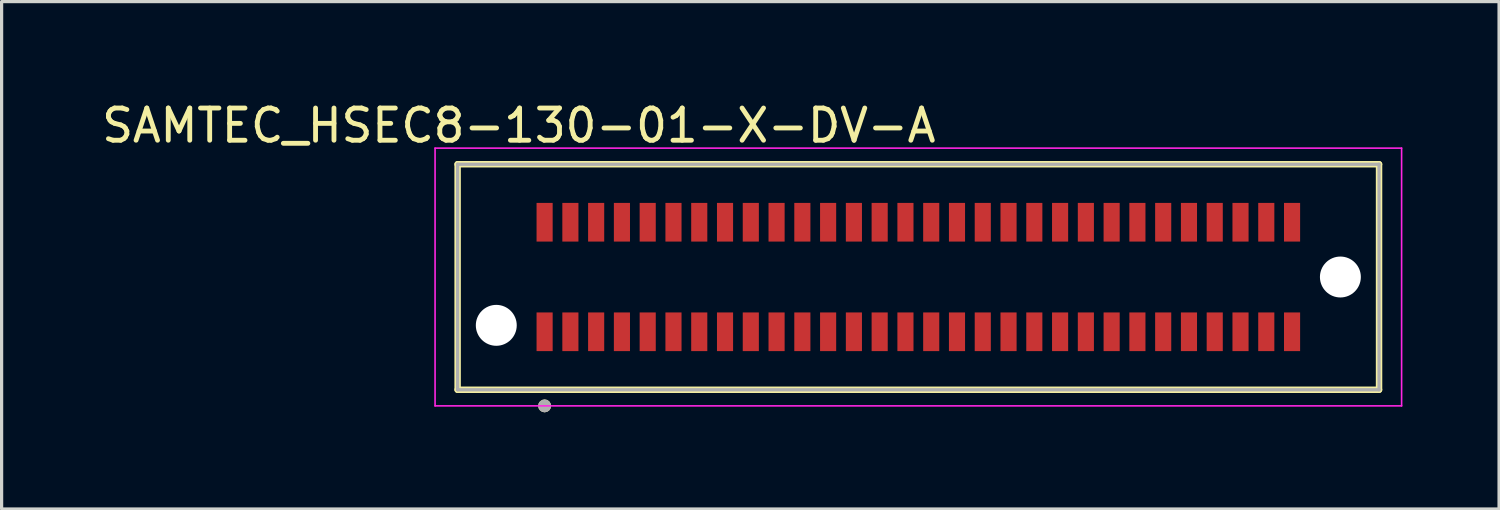
<source format=kicad_pcb>
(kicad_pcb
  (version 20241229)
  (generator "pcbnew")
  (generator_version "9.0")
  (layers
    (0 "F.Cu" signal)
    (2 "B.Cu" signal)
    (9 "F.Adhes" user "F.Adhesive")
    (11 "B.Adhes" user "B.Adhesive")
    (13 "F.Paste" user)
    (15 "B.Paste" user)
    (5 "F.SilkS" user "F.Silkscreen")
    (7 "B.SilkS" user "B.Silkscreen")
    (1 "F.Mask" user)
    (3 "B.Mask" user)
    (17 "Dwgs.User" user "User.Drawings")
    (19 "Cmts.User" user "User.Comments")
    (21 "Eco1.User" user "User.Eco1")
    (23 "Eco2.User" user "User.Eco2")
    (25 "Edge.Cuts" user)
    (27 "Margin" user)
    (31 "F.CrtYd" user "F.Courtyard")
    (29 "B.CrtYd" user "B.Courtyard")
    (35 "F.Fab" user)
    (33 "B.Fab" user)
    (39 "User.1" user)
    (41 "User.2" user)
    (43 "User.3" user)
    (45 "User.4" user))
  (footprint "SAMTEC_HSEC8-130-01-X-DV-A"
    (layer "F.Cu")
    (at 25.454 5.548)
    (property "Reference" "SAMTEC_HSEC8-130-01-X-DV-A" (at -12.4 -4.7 0) (layer "F.SilkS") (effects (font (size 1 1) (thickness 0.15))))
    (attr through_hole)
    (fp_circle (center -13.1 1.499) (end -12.414 1.499) (stroke (width 0) (type solid)) (fill yes) (layer "F.Mask"))
    (fp_circle (center 13.1 0) (end 13.786 0) (stroke (width 0) (type solid)) (fill yes) (layer "F.Mask"))
    (fp_poly (pts (xy -11.902 -2.353) (xy -11.3 -2.353) (xy -11.3 -1.051) (xy -11.902 -1.051)) (stroke (width 0.01) (type solid)) (fill yes) (layer "F.Mask"))
    (fp_poly (pts (xy -11.902 1.051) (xy -11.3 1.051) (xy -11.3 2.353) (xy -11.902 2.353)) (stroke (width 0.01) (type solid)) (fill yes) (layer "F.Mask"))
    (fp_poly (pts (xy -11.102 -2.353) (xy -10.5 -2.353) (xy -10.5 -1.051) (xy -11.102 -1.051)) (stroke (width 0.01) (type solid)) (fill yes) (layer "F.Mask"))
    (fp_poly (pts (xy -11.102 1.051) (xy -10.5 1.051) (xy -10.5 2.353) (xy -11.102 2.353)) (stroke (width 0.01) (type solid)) (fill yes) (layer "F.Mask"))
    (fp_poly (pts (xy -10.302 -2.353) (xy -9.7 -2.353) (xy -9.7 -1.051) (xy -10.302 -1.051)) (stroke (width 0.01) (type solid)) (fill yes) (layer "F.Mask"))
    (fp_poly (pts (xy -10.302 1.051) (xy -9.7 1.051) (xy -9.7 2.353) (xy -10.302 2.353)) (stroke (width 0.01) (type solid)) (fill yes) (layer "F.Mask"))
    (fp_poly (pts (xy -9.502 -2.353) (xy -8.9 -2.353) (xy -8.9 -1.051) (xy -9.502 -1.051)) (stroke (width 0.01) (type solid)) (fill yes) (layer "F.Mask"))
    (fp_poly (pts (xy -9.502 1.051) (xy -8.9 1.051) (xy -8.9 2.353) (xy -9.502 2.353)) (stroke (width 0.01) (type solid)) (fill yes) (layer "F.Mask"))
    (fp_poly (pts (xy -8.702 -2.353) (xy -8.1 -2.353) (xy -8.1 -1.051) (xy -8.702 -1.051)) (stroke (width 0.01) (type solid)) (fill yes) (layer "F.Mask"))
    (fp_poly (pts (xy -8.702 1.051) (xy -8.1 1.051) (xy -8.1 2.353) (xy -8.702 2.353)) (stroke (width 0.01) (type solid)) (fill yes) (layer "F.Mask"))
    (fp_poly (pts (xy -7.902 -2.353) (xy -7.3 -2.353) (xy -7.3 -1.051) (xy -7.902 -1.051)) (stroke (width 0.01) (type solid)) (fill yes) (layer "F.Mask"))
    (fp_poly (pts (xy -7.902 1.051) (xy -7.3 1.051) (xy -7.3 2.353) (xy -7.902 2.353)) (stroke (width 0.01) (type solid)) (fill yes) (layer "F.Mask"))
    (fp_poly (pts (xy -7.102 -2.353) (xy -6.5 -2.353) (xy -6.5 -1.051) (xy -7.102 -1.051)) (stroke (width 0.01) (type solid)) (fill yes) (layer "F.Mask"))
    (fp_poly (pts (xy -7.102 1.051) (xy -6.5 1.051) (xy -6.5 2.353) (xy -7.102 2.353)) (stroke (width 0.01) (type solid)) (fill yes) (layer "F.Mask"))
    (fp_poly (pts (xy -6.302 -2.353) (xy -5.7 -2.353) (xy -5.7 -1.051) (xy -6.302 -1.051)) (stroke (width 0.01) (type solid)) (fill yes) (layer "F.Mask"))
    (fp_poly (pts (xy -6.302 1.051) (xy -5.7 1.051) (xy -5.7 2.353) (xy -6.302 2.353)) (stroke (width 0.01) (type solid)) (fill yes) (layer "F.Mask"))
    (fp_poly (pts (xy -5.502 -2.353) (xy -4.9 -2.353) (xy -4.9 -1.051) (xy -5.502 -1.051)) (stroke (width 0.01) (type solid)) (fill yes) (layer "F.Mask"))
    (fp_poly (pts (xy -5.502 1.051) (xy -4.9 1.051) (xy -4.9 2.353) (xy -5.502 2.353)) (stroke (width 0.01) (type solid)) (fill yes) (layer "F.Mask"))
    (fp_poly (pts (xy -4.702 -2.353) (xy -4.1 -2.353) (xy -4.1 -1.051) (xy -4.702 -1.051)) (stroke (width 0.01) (type solid)) (fill yes) (layer "F.Mask"))
    (fp_poly (pts (xy -4.702 1.051) (xy -4.1 1.051) (xy -4.1 2.353) (xy -4.702 2.353)) (stroke (width 0.01) (type solid)) (fill yes) (layer "F.Mask"))
    (fp_poly (pts (xy -3.901 -2.353) (xy -3.299 -2.353) (xy -3.299 -1.051) (xy -3.901 -1.051)) (stroke (width 0.01) (type solid)) (fill yes) (layer "F.Mask"))
    (fp_poly (pts (xy -3.901 1.051) (xy -3.299 1.051) (xy -3.299 2.353) (xy -3.901 2.353)) (stroke (width 0.01) (type solid)) (fill yes) (layer "F.Mask"))
    (fp_poly (pts (xy -3.101 -2.353) (xy -2.499 -2.353) (xy -2.499 -1.051) (xy -3.101 -1.051)) (stroke (width 0.01) (type solid)) (fill yes) (layer "F.Mask"))
    (fp_poly (pts (xy -3.101 1.051) (xy -2.499 1.051) (xy -2.499 2.353) (xy -3.101 2.353)) (stroke (width 0.01) (type solid)) (fill yes) (layer "F.Mask"))
    (fp_poly (pts (xy -2.301 -2.353) (xy -1.699 -2.353) (xy -1.699 -1.051) (xy -2.301 -1.051)) (stroke (width 0.01) (type solid)) (fill yes) (layer "F.Mask"))
    (fp_poly (pts (xy -2.301 1.051) (xy -1.699 1.051) (xy -1.699 2.353) (xy -2.301 2.353)) (stroke (width 0.01) (type solid)) (fill yes) (layer "F.Mask"))
    (fp_poly (pts (xy -1.501 -2.353) (xy -0.899 -2.353) (xy -0.899 -1.051) (xy -1.501 -1.051)) (stroke (width 0.01) (type solid)) (fill yes) (layer "F.Mask"))
    (fp_poly (pts (xy -1.501 1.051) (xy -0.899 1.051) (xy -0.899 2.353) (xy -1.501 2.353)) (stroke (width 0.01) (type solid)) (fill yes) (layer "F.Mask"))
    (fp_poly (pts (xy -0.701 -2.353) (xy -0.099 -2.353) (xy -0.099 -1.051) (xy -0.701 -1.051)) (stroke (width 0.01) (type solid)) (fill yes) (layer "F.Mask"))
    (fp_poly (pts (xy -0.701 1.051) (xy -0.099 1.051) (xy -0.099 2.353) (xy -0.701 2.353)) (stroke (width 0.01) (type solid)) (fill yes) (layer "F.Mask"))
    (fp_poly (pts (xy 0.099 -2.353) (xy 0.701 -2.353) (xy 0.701 -1.051) (xy 0.099 -1.051)) (stroke (width 0.01) (type solid)) (fill yes) (layer "F.Mask"))
    (fp_poly (pts (xy 0.099 1.051) (xy 0.701 1.051) (xy 0.701 2.353) (xy 0.099 2.353)) (stroke (width 0.01) (type solid)) (fill yes) (layer "F.Mask"))
    (fp_poly (pts (xy 0.899 -2.353) (xy 1.501 -2.353) (xy 1.501 -1.051) (xy 0.899 -1.051)) (stroke (width 0.01) (type solid)) (fill yes) (layer "F.Mask"))
    (fp_poly (pts (xy 0.899 1.051) (xy 1.501 1.051) (xy 1.501 2.353) (xy 0.899 2.353)) (stroke (width 0.01) (type solid)) (fill yes) (layer "F.Mask"))
    (fp_poly (pts (xy 1.699 -2.353) (xy 2.301 -2.353) (xy 2.301 -1.051) (xy 1.699 -1.051)) (stroke (width 0.01) (type solid)) (fill yes) (layer "F.Mask"))
    (fp_poly (pts (xy 1.699 1.051) (xy 2.301 1.051) (xy 2.301 2.353) (xy 1.699 2.353)) (stroke (width 0.01) (type solid)) (fill yes) (layer "F.Mask"))
    (fp_poly (pts (xy 2.499 -2.353) (xy 3.101 -2.353) (xy 3.101 -1.051) (xy 2.499 -1.051)) (stroke (width 0.01) (type solid)) (fill yes) (layer "F.Mask"))
    (fp_poly (pts (xy 2.499 1.051) (xy 3.101 1.051) (xy 3.101 2.353) (xy 2.499 2.353)) (stroke (width 0.01) (type solid)) (fill yes) (layer "F.Mask"))
    (fp_poly (pts (xy 3.299 -2.353) (xy 3.901 -2.353) (xy 3.901 -1.051) (xy 3.299 -1.051)) (stroke (width 0.01) (type solid)) (fill yes) (layer "F.Mask"))
    (fp_poly (pts (xy 3.299 1.051) (xy 3.901 1.051) (xy 3.901 2.353) (xy 3.299 2.353)) (stroke (width 0.01) (type solid)) (fill yes) (layer "F.Mask"))
    (fp_poly (pts (xy 4.1 -2.353) (xy 4.702 -2.353) (xy 4.702 -1.051) (xy 4.1 -1.051)) (stroke (width 0.01) (type solid)) (fill yes) (layer "F.Mask"))
    (fp_poly (pts (xy 4.1 1.051) (xy 4.702 1.051) (xy 4.702 2.353) (xy 4.1 2.353)) (stroke (width 0.01) (type solid)) (fill yes) (layer "F.Mask"))
    (fp_poly (pts (xy 4.9 -2.353) (xy 5.502 -2.353) (xy 5.502 -1.051) (xy 4.9 -1.051)) (stroke (width 0.01) (type solid)) (fill yes) (layer "F.Mask"))
    (fp_poly (pts (xy 4.9 1.051) (xy 5.502 1.051) (xy 5.502 2.353) (xy 4.9 2.353)) (stroke (width 0.01) (type solid)) (fill yes) (layer "F.Mask"))
    (fp_poly (pts (xy 5.7 -2.353) (xy 6.302 -2.353) (xy 6.302 -1.051) (xy 5.7 -1.051)) (stroke (width 0.01) (type solid)) (fill yes) (layer "F.Mask"))
    (fp_poly (pts (xy 5.7 1.051) (xy 6.302 1.051) (xy 6.302 2.353) (xy 5.7 2.353)) (stroke (width 0.01) (type solid)) (fill yes) (layer "F.Mask"))
    (fp_poly (pts (xy 6.5 -2.353) (xy 7.102 -2.353) (xy 7.102 -1.051) (xy 6.5 -1.051)) (stroke (width 0.01) (type solid)) (fill yes) (layer "F.Mask"))
    (fp_poly (pts (xy 6.5 1.051) (xy 7.102 1.051) (xy 7.102 2.353) (xy 6.5 2.353)) (stroke (width 0.01) (type solid)) (fill yes) (layer "F.Mask"))
    (fp_poly (pts (xy 7.3 -2.353) (xy 7.902 -2.353) (xy 7.902 -1.051) (xy 7.3 -1.051)) (stroke (width 0.01) (type solid)) (fill yes) (layer "F.Mask"))
    (fp_poly (pts (xy 7.3 1.051) (xy 7.902 1.051) (xy 7.902 2.353) (xy 7.3 2.353)) (stroke (width 0.01) (type solid)) (fill yes) (layer "F.Mask"))
    (fp_poly (pts (xy 8.1 -2.353) (xy 8.702 -2.353) (xy 8.702 -1.051) (xy 8.1 -1.051)) (stroke (width 0.01) (type solid)) (fill yes) (layer "F.Mask"))
    (fp_poly (pts (xy 8.1 1.051) (xy 8.702 1.051) (xy 8.702 2.353) (xy 8.1 2.353)) (stroke (width 0.01) (type solid)) (fill yes) (layer "F.Mask"))
    (fp_poly (pts (xy 8.9 -2.353) (xy 9.502 -2.353) (xy 9.502 -1.051) (xy 8.9 -1.051)) (stroke (width 0.01) (type solid)) (fill yes) (layer "F.Mask"))
    (fp_poly (pts (xy 8.9 1.051) (xy 9.502 1.051) (xy 9.502 2.353) (xy 8.9 2.353)) (stroke (width 0.01) (type solid)) (fill yes) (layer "F.Mask"))
    (fp_poly (pts (xy 9.7 -2.353) (xy 10.302 -2.353) (xy 10.302 -1.051) (xy 9.7 -1.051)) (stroke (width 0.01) (type solid)) (fill yes) (layer "F.Mask"))
    (fp_poly (pts (xy 9.7 1.051) (xy 10.302 1.051) (xy 10.302 2.353) (xy 9.7 2.353)) (stroke (width 0.01) (type solid)) (fill yes) (layer "F.Mask"))
    (fp_poly (pts (xy 10.5 -2.353) (xy 11.102 -2.353) (xy 11.102 -1.051) (xy 10.5 -1.051)) (stroke (width 0.01) (type solid)) (fill yes) (layer "F.Mask"))
    (fp_poly (pts (xy 10.5 1.051) (xy 11.102 1.051) (xy 11.102 2.353) (xy 10.5 2.353)) (stroke (width 0.01) (type solid)) (fill yes) (layer "F.Mask"))
    (fp_poly (pts (xy 11.3 -2.353) (xy 11.902 -2.353) (xy 11.902 -1.051) (xy 11.3 -1.051)) (stroke (width 0.01) (type solid)) (fill yes) (layer "F.Mask"))
    (fp_poly (pts (xy 11.3 1.051) (xy 11.902 1.051) (xy 11.902 2.353) (xy 11.3 2.353)) (stroke (width 0.01) (type solid)) (fill yes) (layer "F.Mask"))
    (fp_circle (center -13.1 1.499) (end -12.414 1.499) (stroke (width 0) (type solid)) (fill yes) (layer "B.Mask"))
    (fp_circle (center 13.1 0) (end 13.786 0) (stroke (width 0) (type solid)) (fill yes) (layer "B.Mask"))
    (fp_line (start -14.3 -3.5) (end -14.3 3.5) (stroke (width 0.2) (type solid)) (layer "F.SilkS"))
    (fp_line (start -14.3 3.5) (end 14.3 3.5) (stroke (width 0.2) (type solid)) (layer "F.SilkS"))
    (fp_line (start 14.3 -3.5) (end -14.3 -3.5) (stroke (width 0.2) (type solid)) (layer "F.SilkS"))
    (fp_line (start 14.3 3.5) (end 14.3 -3.5) (stroke (width 0.2) (type solid)) (layer "F.SilkS"))
    (fp_circle (center -11.6 4) (end -11.5 4) (stroke (width 0.2) (type solid)) (fill no) (layer "F.SilkS"))
    (fp_poly (pts (xy -11.851 -2.302) (xy -11.351 -2.302) (xy -11.351 -1.102) (xy -11.851 -1.102)) (stroke (width 0.01) (type solid)) (fill yes) (layer "F.Paste"))
    (fp_poly (pts (xy -11.851 1.102) (xy -11.351 1.102) (xy -11.351 2.302) (xy -11.851 2.302)) (stroke (width 0.01) (type solid)) (fill yes) (layer "F.Paste"))
    (fp_poly (pts (xy -11.051 -2.302) (xy -10.551 -2.302) (xy -10.551 -1.102) (xy -11.051 -1.102)) (stroke (width 0.01) (type solid)) (fill yes) (layer "F.Paste"))
    (fp_poly (pts (xy -11.051 1.102) (xy -10.551 1.102) (xy -10.551 2.302) (xy -11.051 2.302)) (stroke (width 0.01) (type solid)) (fill yes) (layer "F.Paste"))
    (fp_poly (pts (xy -10.251 -2.302) (xy -9.751 -2.302) (xy -9.751 -1.102) (xy -10.251 -1.102)) (stroke (width 0.01) (type solid)) (fill yes) (layer "F.Paste"))
    (fp_poly (pts (xy -10.251 1.102) (xy -9.751 1.102) (xy -9.751 2.302) (xy -10.251 2.302)) (stroke (width 0.01) (type solid)) (fill yes) (layer "F.Paste"))
    (fp_poly (pts (xy -9.451 -2.302) (xy -8.951 -2.302) (xy -8.951 -1.102) (xy -9.451 -1.102)) (stroke (width 0.01) (type solid)) (fill yes) (layer "F.Paste"))
    (fp_poly (pts (xy -9.451 1.102) (xy -8.951 1.102) (xy -8.951 2.302) (xy -9.451 2.302)) (stroke (width 0.01) (type solid)) (fill yes) (layer "F.Paste"))
    (fp_poly (pts (xy -8.651 -2.302) (xy -8.151 -2.302) (xy -8.151 -1.102) (xy -8.651 -1.102)) (stroke (width 0.01) (type solid)) (fill yes) (layer "F.Paste"))
    (fp_poly (pts (xy -8.651 1.102) (xy -8.151 1.102) (xy -8.151 2.302) (xy -8.651 2.302)) (stroke (width 0.01) (type solid)) (fill yes) (layer "F.Paste"))
    (fp_poly (pts (xy -7.851 -2.302) (xy -7.351 -2.302) (xy -7.351 -1.102) (xy -7.851 -1.102)) (stroke (width 0.01) (type solid)) (fill yes) (layer "F.Paste"))
    (fp_poly (pts (xy -7.851 1.102) (xy -7.351 1.102) (xy -7.351 2.302) (xy -7.851 2.302)) (stroke (width 0.01) (type solid)) (fill yes) (layer "F.Paste"))
    (fp_poly (pts (xy -7.051 -2.302) (xy -6.551 -2.302) (xy -6.551 -1.102) (xy -7.051 -1.102)) (stroke (width 0.01) (type solid)) (fill yes) (layer "F.Paste"))
    (fp_poly (pts (xy -7.051 1.102) (xy -6.551 1.102) (xy -6.551 2.302) (xy -7.051 2.302)) (stroke (width 0.01) (type solid)) (fill yes) (layer "F.Paste"))
    (fp_poly (pts (xy -6.251 -2.302) (xy -5.751 -2.302) (xy -5.751 -1.102) (xy -6.251 -1.102)) (stroke (width 0.01) (type solid)) (fill yes) (layer "F.Paste"))
    (fp_poly (pts (xy -6.251 1.102) (xy -5.751 1.102) (xy -5.751 2.302) (xy -6.251 2.302)) (stroke (width 0.01) (type solid)) (fill yes) (layer "F.Paste"))
    (fp_poly (pts (xy -5.451 -2.302) (xy -4.951 -2.302) (xy -4.951 -1.102) (xy -5.451 -1.102)) (stroke (width 0.01) (type solid)) (fill yes) (layer "F.Paste"))
    (fp_poly (pts (xy -5.451 1.102) (xy -4.951 1.102) (xy -4.951 2.302) (xy -5.451 2.302)) (stroke (width 0.01) (type solid)) (fill yes) (layer "F.Paste"))
    (fp_poly (pts (xy -4.651 -2.302) (xy -4.151 -2.302) (xy -4.151 -1.102) (xy -4.651 -1.102)) (stroke (width 0.01) (type solid)) (fill yes) (layer "F.Paste"))
    (fp_poly (pts (xy -4.651 1.102) (xy -4.151 1.102) (xy -4.151 2.302) (xy -4.651 2.302)) (stroke (width 0.01) (type solid)) (fill yes) (layer "F.Paste"))
    (fp_poly (pts (xy -3.85 -2.302) (xy -3.35 -2.302) (xy -3.35 -1.102) (xy -3.85 -1.102)) (stroke (width 0.01) (type solid)) (fill yes) (layer "F.Paste"))
    (fp_poly (pts (xy -3.85 1.102) (xy -3.35 1.102) (xy -3.35 2.302) (xy -3.85 2.302)) (stroke (width 0.01) (type solid)) (fill yes) (layer "F.Paste"))
    (fp_poly (pts (xy -3.05 -2.302) (xy -2.55 -2.302) (xy -2.55 -1.102) (xy -3.05 -1.102)) (stroke (width 0.01) (type solid)) (fill yes) (layer "F.Paste"))
    (fp_poly (pts (xy -3.05 1.102) (xy -2.55 1.102) (xy -2.55 2.302) (xy -3.05 2.302)) (stroke (width 0.01) (type solid)) (fill yes) (layer "F.Paste"))
    (fp_poly (pts (xy -2.25 -2.302) (xy -1.75 -2.302) (xy -1.75 -1.102) (xy -2.25 -1.102)) (stroke (width 0.01) (type solid)) (fill yes) (layer "F.Paste"))
    (fp_poly (pts (xy -2.25 1.102) (xy -1.75 1.102) (xy -1.75 2.302) (xy -2.25 2.302)) (stroke (width 0.01) (type solid)) (fill yes) (layer "F.Paste"))
    (fp_poly (pts (xy -1.45 -2.302) (xy -0.95 -2.302) (xy -0.95 -1.102) (xy -1.45 -1.102)) (stroke (width 0.01) (type solid)) (fill yes) (layer "F.Paste"))
    (fp_poly (pts (xy -1.45 1.102) (xy -0.95 1.102) (xy -0.95 2.302) (xy -1.45 2.302)) (stroke (width 0.01) (type solid)) (fill yes) (layer "F.Paste"))
    (fp_poly (pts (xy -0.65 -2.302) (xy -0.15 -2.302) (xy -0.15 -1.102) (xy -0.65 -1.102)) (stroke (width 0.01) (type solid)) (fill yes) (layer "F.Paste"))
    (fp_poly (pts (xy -0.65 1.102) (xy -0.15 1.102) (xy -0.15 2.302) (xy -0.65 2.302)) (stroke (width 0.01) (type solid)) (fill yes) (layer "F.Paste"))
    (fp_poly (pts (xy 0.15 -2.302) (xy 0.65 -2.302) (xy 0.65 -1.102) (xy 0.15 -1.102)) (stroke (width 0.01) (type solid)) (fill yes) (layer "F.Paste"))
    (fp_poly (pts (xy 0.15 1.102) (xy 0.65 1.102) (xy 0.65 2.302) (xy 0.15 2.302)) (stroke (width 0.01) (type solid)) (fill yes) (layer "F.Paste"))
    (fp_poly (pts (xy 0.95 -2.302) (xy 1.45 -2.302) (xy 1.45 -1.102) (xy 0.95 -1.102)) (stroke (width 0.01) (type solid)) (fill yes) (layer "F.Paste"))
    (fp_poly (pts (xy 0.95 1.102) (xy 1.45 1.102) (xy 1.45 2.302) (xy 0.95 2.302)) (stroke (width 0.01) (type solid)) (fill yes) (layer "F.Paste"))
    (fp_poly (pts (xy 1.75 -2.302) (xy 2.25 -2.302) (xy 2.25 -1.102) (xy 1.75 -1.102)) (stroke (width 0.01) (type solid)) (fill yes) (layer "F.Paste"))
    (fp_poly (pts (xy 1.75 1.102) (xy 2.25 1.102) (xy 2.25 2.302) (xy 1.75 2.302)) (stroke (width 0.01) (type solid)) (fill yes) (layer "F.Paste"))
    (fp_poly (pts (xy 2.55 -2.302) (xy 3.05 -2.302) (xy 3.05 -1.102) (xy 2.55 -1.102)) (stroke (width 0.01) (type solid)) (fill yes) (layer "F.Paste"))
    (fp_poly (pts (xy 2.55 1.102) (xy 3.05 1.102) (xy 3.05 2.302) (xy 2.55 2.302)) (stroke (width 0.01) (type solid)) (fill yes) (layer "F.Paste"))
    (fp_poly (pts (xy 3.35 -2.302) (xy 3.85 -2.302) (xy 3.85 -1.102) (xy 3.35 -1.102)) (stroke (width 0.01) (type solid)) (fill yes) (layer "F.Paste"))
    (fp_poly (pts (xy 3.35 1.102) (xy 3.85 1.102) (xy 3.85 2.302) (xy 3.35 2.302)) (stroke (width 0.01) (type solid)) (fill yes) (layer "F.Paste"))
    (fp_poly (pts (xy 4.151 -2.302) (xy 4.651 -2.302) (xy 4.651 -1.102) (xy 4.151 -1.102)) (stroke (width 0.01) (type solid)) (fill yes) (layer "F.Paste"))
    (fp_poly (pts (xy 4.151 1.102) (xy 4.651 1.102) (xy 4.651 2.302) (xy 4.151 2.302)) (stroke (width 0.01) (type solid)) (fill yes) (layer "F.Paste"))
    (fp_poly (pts (xy 4.951 -2.302) (xy 5.451 -2.302) (xy 5.451 -1.102) (xy 4.951 -1.102)) (stroke (width 0.01) (type solid)) (fill yes) (layer "F.Paste"))
    (fp_poly (pts (xy 4.951 1.102) (xy 5.451 1.102) (xy 5.451 2.302) (xy 4.951 2.302)) (stroke (width 0.01) (type solid)) (fill yes) (layer "F.Paste"))
    (fp_poly (pts (xy 5.751 -2.302) (xy 6.251 -2.302) (xy 6.251 -1.102) (xy 5.751 -1.102)) (stroke (width 0.01) (type solid)) (fill yes) (layer "F.Paste"))
    (fp_poly (pts (xy 5.751 1.102) (xy 6.251 1.102) (xy 6.251 2.302) (xy 5.751 2.302)) (stroke (width 0.01) (type solid)) (fill yes) (layer "F.Paste"))
    (fp_poly (pts (xy 6.551 -2.302) (xy 7.051 -2.302) (xy 7.051 -1.102) (xy 6.551 -1.102)) (stroke (width 0.01) (type solid)) (fill yes) (layer "F.Paste"))
    (fp_poly (pts (xy 6.551 1.102) (xy 7.051 1.102) (xy 7.051 2.302) (xy 6.551 2.302)) (stroke (width 0.01) (type solid)) (fill yes) (layer "F.Paste"))
    (fp_poly (pts (xy 7.351 -2.302) (xy 7.851 -2.302) (xy 7.851 -1.102) (xy 7.351 -1.102)) (stroke (width 0.01) (type solid)) (fill yes) (layer "F.Paste"))
    (fp_poly (pts (xy 7.351 1.102) (xy 7.851 1.102) (xy 7.851 2.302) (xy 7.351 2.302)) (stroke (width 0.01) (type solid)) (fill yes) (layer "F.Paste"))
    (fp_poly (pts (xy 8.151 -2.302) (xy 8.651 -2.302) (xy 8.651 -1.102) (xy 8.151 -1.102)) (stroke (width 0.01) (type solid)) (fill yes) (layer "F.Paste"))
    (fp_poly (pts (xy 8.151 1.102) (xy 8.651 1.102) (xy 8.651 2.302) (xy 8.151 2.302)) (stroke (width 0.01) (type solid)) (fill yes) (layer "F.Paste"))
    (fp_poly (pts (xy 8.951 -2.302) (xy 9.451 -2.302) (xy 9.451 -1.102) (xy 8.951 -1.102)) (stroke (width 0.01) (type solid)) (fill yes) (layer "F.Paste"))
    (fp_poly (pts (xy 8.951 1.102) (xy 9.451 1.102) (xy 9.451 2.302) (xy 8.951 2.302)) (stroke (width 0.01) (type solid)) (fill yes) (layer "F.Paste"))
    (fp_poly (pts (xy 9.751 -2.302) (xy 10.251 -2.302) (xy 10.251 -1.102) (xy 9.751 -1.102)) (stroke (width 0.01) (type solid)) (fill yes) (layer "F.Paste"))
    (fp_poly (pts (xy 9.751 1.102) (xy 10.251 1.102) (xy 10.251 2.302) (xy 9.751 2.302)) (stroke (width 0.01) (type solid)) (fill yes) (layer "F.Paste"))
    (fp_poly (pts (xy 10.551 -2.302) (xy 11.051 -2.302) (xy 11.051 -1.102) (xy 10.551 -1.102)) (stroke (width 0.01) (type solid)) (fill yes) (layer "F.Paste"))
    (fp_poly (pts (xy 10.551 1.102) (xy 11.051 1.102) (xy 11.051 2.302) (xy 10.551 2.302)) (stroke (width 0.01) (type solid)) (fill yes) (layer "F.Paste"))
    (fp_poly (pts (xy 11.351 -2.302) (xy 11.851 -2.302) (xy 11.851 -1.102) (xy 11.351 -1.102)) (stroke (width 0.01) (type solid)) (fill yes) (layer "F.Paste"))
    (fp_poly (pts (xy 11.351 1.102) (xy 11.851 1.102) (xy 11.851 2.302) (xy 11.351 2.302)) (stroke (width 0.01) (type solid)) (fill yes) (layer "F.Paste"))
    (fp_line (start -15 -4) (end -15 4) (stroke (width 0.05) (type solid)) (layer "F.CrtYd"))
    (fp_line (start -15 4) (end 15 4) (stroke (width 0.05) (type solid)) (layer "F.CrtYd"))
    (fp_line (start 15 -4) (end -15 -4) (stroke (width 0.05) (type solid)) (layer "F.CrtYd"))
    (fp_line (start 15 4) (end 15 -4) (stroke (width 0.05) (type solid)) (layer "F.CrtYd"))
    (fp_line (start -14.3 -3.5) (end -14.3 3.5) (stroke (width 0.1) (type solid)) (layer "F.Fab"))
    (fp_line (start -14.3 3.5) (end 14.3 3.5) (stroke (width 0.1) (type solid)) (layer "F.Fab"))
    (fp_line (start 14.3 -3.5) (end -14.3 -3.5) (stroke (width 0.1) (type solid)) (layer "F.Fab"))
    (fp_line (start 14.3 3.5) (end 14.3 -3.5) (stroke (width 0.1) (type solid)) (layer "F.Fab"))
    (fp_circle (center -11.6 4) (end -11.5 4) (stroke (width 0.2) (type solid)) (fill no) (layer "F.Fab"))
    (pad "" np_thru_hole circle (at -13.1 1.5) (size 1.27 1.27) (drill 1.27) (layers "*.Cu" "*.Mask"))
    (pad "" np_thru_hole circle (at 13.1 0) (size 1.27 1.27) (drill 1.27) (layers "*.Cu" "*.Mask"))
    (pad "01" smd rect (at -11.6 1.7) (size 0.5 1.2) (layers "F.Cu" "F.Paste"))
    (pad "02" smd rect (at -11.6 -1.7) (size 0.5 1.2) (layers "F.Cu" "F.Paste"))
    (pad "03" smd rect (at -10.8 1.7) (size 0.5 1.2) (layers "F.Cu" "F.Paste"))
    (pad "04" smd rect (at -10.8 -1.7) (size 0.5 1.2) (layers "F.Cu" "F.Paste"))
    (pad "05" smd rect (at -10 1.7) (size 0.5 1.2) (layers "F.Cu" "F.Paste"))
    (pad "06" smd rect (at -10 -1.7) (size 0.5 1.2) (layers "F.Cu" "F.Paste"))
    (pad "07" smd rect (at -9.2 1.7) (size 0.5 1.2) (layers "F.Cu" "F.Paste"))
    (pad "08" smd rect (at -9.2 -1.7) (size 0.5 1.2) (layers "F.Cu" "F.Paste"))
    (pad "09" smd rect (at -8.4 1.7) (size 0.5 1.2) (layers "F.Cu" "F.Paste"))
    (pad "10" smd rect (at -8.4 -1.7) (size 0.5 1.2) (layers "F.Cu" "F.Paste"))
    (pad "11" smd rect (at -7.6 1.7) (size 0.5 1.2) (layers "F.Cu" "F.Paste"))
    (pad "12" smd rect (at -7.6 -1.7) (size 0.5 1.2) (layers "F.Cu" "F.Paste"))
    (pad "13" smd rect (at -6.8 1.7) (size 0.5 1.2) (layers "F.Cu" "F.Paste"))
    (pad "14" smd rect (at -6.8 -1.7) (size 0.5 1.2) (layers "F.Cu" "F.Paste"))
    (pad "15" smd rect (at -6 1.7) (size 0.5 1.2) (layers "F.Cu" "F.Paste"))
    (pad "16" smd rect (at -6 -1.7) (size 0.5 1.2) (layers "F.Cu" "F.Paste"))
    (pad "17" smd rect (at -5.2 1.7) (size 0.5 1.2) (layers "F.Cu" "F.Paste"))
    (pad "18" smd rect (at -5.2 -1.7) (size 0.5 1.2) (layers "F.Cu" "F.Paste"))
    (pad "19" smd rect (at -4.4 1.7) (size 0.5 1.2) (layers "F.Cu" "F.Paste"))
    (pad "20" smd rect (at -4.4 -1.7) (size 0.5 1.2) (layers "F.Cu" "F.Paste"))
    (pad "21" smd rect (at -3.6 1.7) (size 0.5 1.2) (layers "F.Cu" "F.Paste"))
    (pad "22" smd rect (at -3.6 -1.7) (size 0.5 1.2) (layers "F.Cu" "F.Paste"))
    (pad "23" smd rect (at -2.8 1.7) (size 0.5 1.2) (layers "F.Cu" "F.Paste"))
    (pad "24" smd rect (at -2.8 -1.7) (size 0.5 1.2) (layers "F.Cu" "F.Paste"))
    (pad "25" smd rect (at -2 1.7) (size 0.5 1.2) (layers "F.Cu" "F.Paste"))
    (pad "26" smd rect (at -2 -1.7) (size 0.5 1.2) (layers "F.Cu" "F.Paste"))
    (pad "27" smd rect (at -1.2 1.7) (size 0.5 1.2) (layers "F.Cu" "F.Paste"))
    (pad "28" smd rect (at -1.2 -1.7) (size 0.5 1.2) (layers "F.Cu" "F.Paste"))
    (pad "29" smd rect (at -0.4 1.7) (size 0.5 1.2) (layers "F.Cu" "F.Paste"))
    (pad "30" smd rect (at -0.4 -1.7) (size 0.5 1.2) (layers "F.Cu" "F.Paste"))
    (pad "31" smd rect (at 0.4 1.7) (size 0.5 1.2) (layers "F.Cu" "F.Paste"))
    (pad "32" smd rect (at 0.4 -1.7) (size 0.5 1.2) (layers "F.Cu" "F.Paste"))
    (pad "33" smd rect (at 1.2 1.7) (size 0.5 1.2) (layers "F.Cu" "F.Paste"))
    (pad "34" smd rect (at 1.2 -1.7) (size 0.5 1.2) (layers "F.Cu" "F.Paste"))
    (pad "35" smd rect (at 2 1.7) (size 0.5 1.2) (layers "F.Cu" "F.Paste"))
    (pad "36" smd rect (at 2 -1.7) (size 0.5 1.2) (layers "F.Cu" "F.Paste"))
    (pad "37" smd rect (at 2.8 1.7) (size 0.5 1.2) (layers "F.Cu" "F.Paste"))
    (pad "38" smd rect (at 2.8 -1.7) (size 0.5 1.2) (layers "F.Cu" "F.Paste"))
    (pad "39" smd rect (at 3.6 1.7) (size 0.5 1.2) (layers "F.Cu" "F.Paste"))
    (pad "40" smd rect (at 3.6 -1.7) (size 0.5 1.2) (layers "F.Cu" "F.Paste"))
    (pad "41" smd rect (at 4.4 1.7) (size 0.5 1.2) (layers "F.Cu" "F.Paste"))
    (pad "42" smd rect (at 4.4 -1.7) (size 0.5 1.2) (layers "F.Cu" "F.Paste"))
    (pad "43" smd rect (at 5.2 1.7) (size 0.5 1.2) (layers "F.Cu" "F.Paste"))
    (pad "44" smd rect (at 5.2 -1.7) (size 0.5 1.2) (layers "F.Cu" "F.Paste"))
    (pad "45" smd rect (at 6 1.7) (size 0.5 1.2) (layers "F.Cu" "F.Paste"))
    (pad "46" smd rect (at 6 -1.7) (size 0.5 1.2) (layers "F.Cu" "F.Paste"))
    (pad "47" smd rect (at 6.8 1.7) (size 0.5 1.2) (layers "F.Cu" "F.Paste"))
    (pad "48" smd rect (at 6.8 -1.7) (size 0.5 1.2) (layers "F.Cu" "F.Paste"))
    (pad "49" smd rect (at 7.6 1.7) (size 0.5 1.2) (layers "F.Cu" "F.Paste"))
    (pad "50" smd rect (at 7.6 -1.7) (size 0.5 1.2) (layers "F.Cu" "F.Paste"))
    (pad "51" smd rect (at 8.4 1.7) (size 0.5 1.2) (layers "F.Cu" "F.Paste"))
    (pad "52" smd rect (at 8.4 -1.7) (size 0.5 1.2) (layers "F.Cu" "F.Paste"))
    (pad "53" smd rect (at 9.2 1.7) (size 0.5 1.2) (layers "F.Cu" "F.Paste"))
    (pad "54" smd rect (at 9.2 -1.7) (size 0.5 1.2) (layers "F.Cu" "F.Paste"))
    (pad "55" smd rect (at 10 1.7) (size 0.5 1.2) (layers "F.Cu" "F.Paste"))
    (pad "56" smd rect (at 10 -1.7) (size 0.5 1.2) (layers "F.Cu" "F.Paste"))
    (pad "57" smd rect (at 10.8 1.7) (size 0.5 1.2) (layers "F.Cu" "F.Paste"))
    (pad "58" smd rect (at 10.8 -1.7) (size 0.5 1.2) (layers "F.Cu" "F.Paste"))
    (pad "59" smd rect (at 11.6 1.7) (size 0.5 1.2) (layers "F.Cu" "F.Paste"))
    (pad "60" smd rect (at 11.6 -1.7) (size 0.5 1.2) (layers "F.Cu" "F.Paste")))
  (gr_rect
    (start -3 -3)
    (end 43.479 12.748)
    (stroke (width 0.1) (type default))
    (fill no)
    (layer "Edge.Cuts")))
</source>
